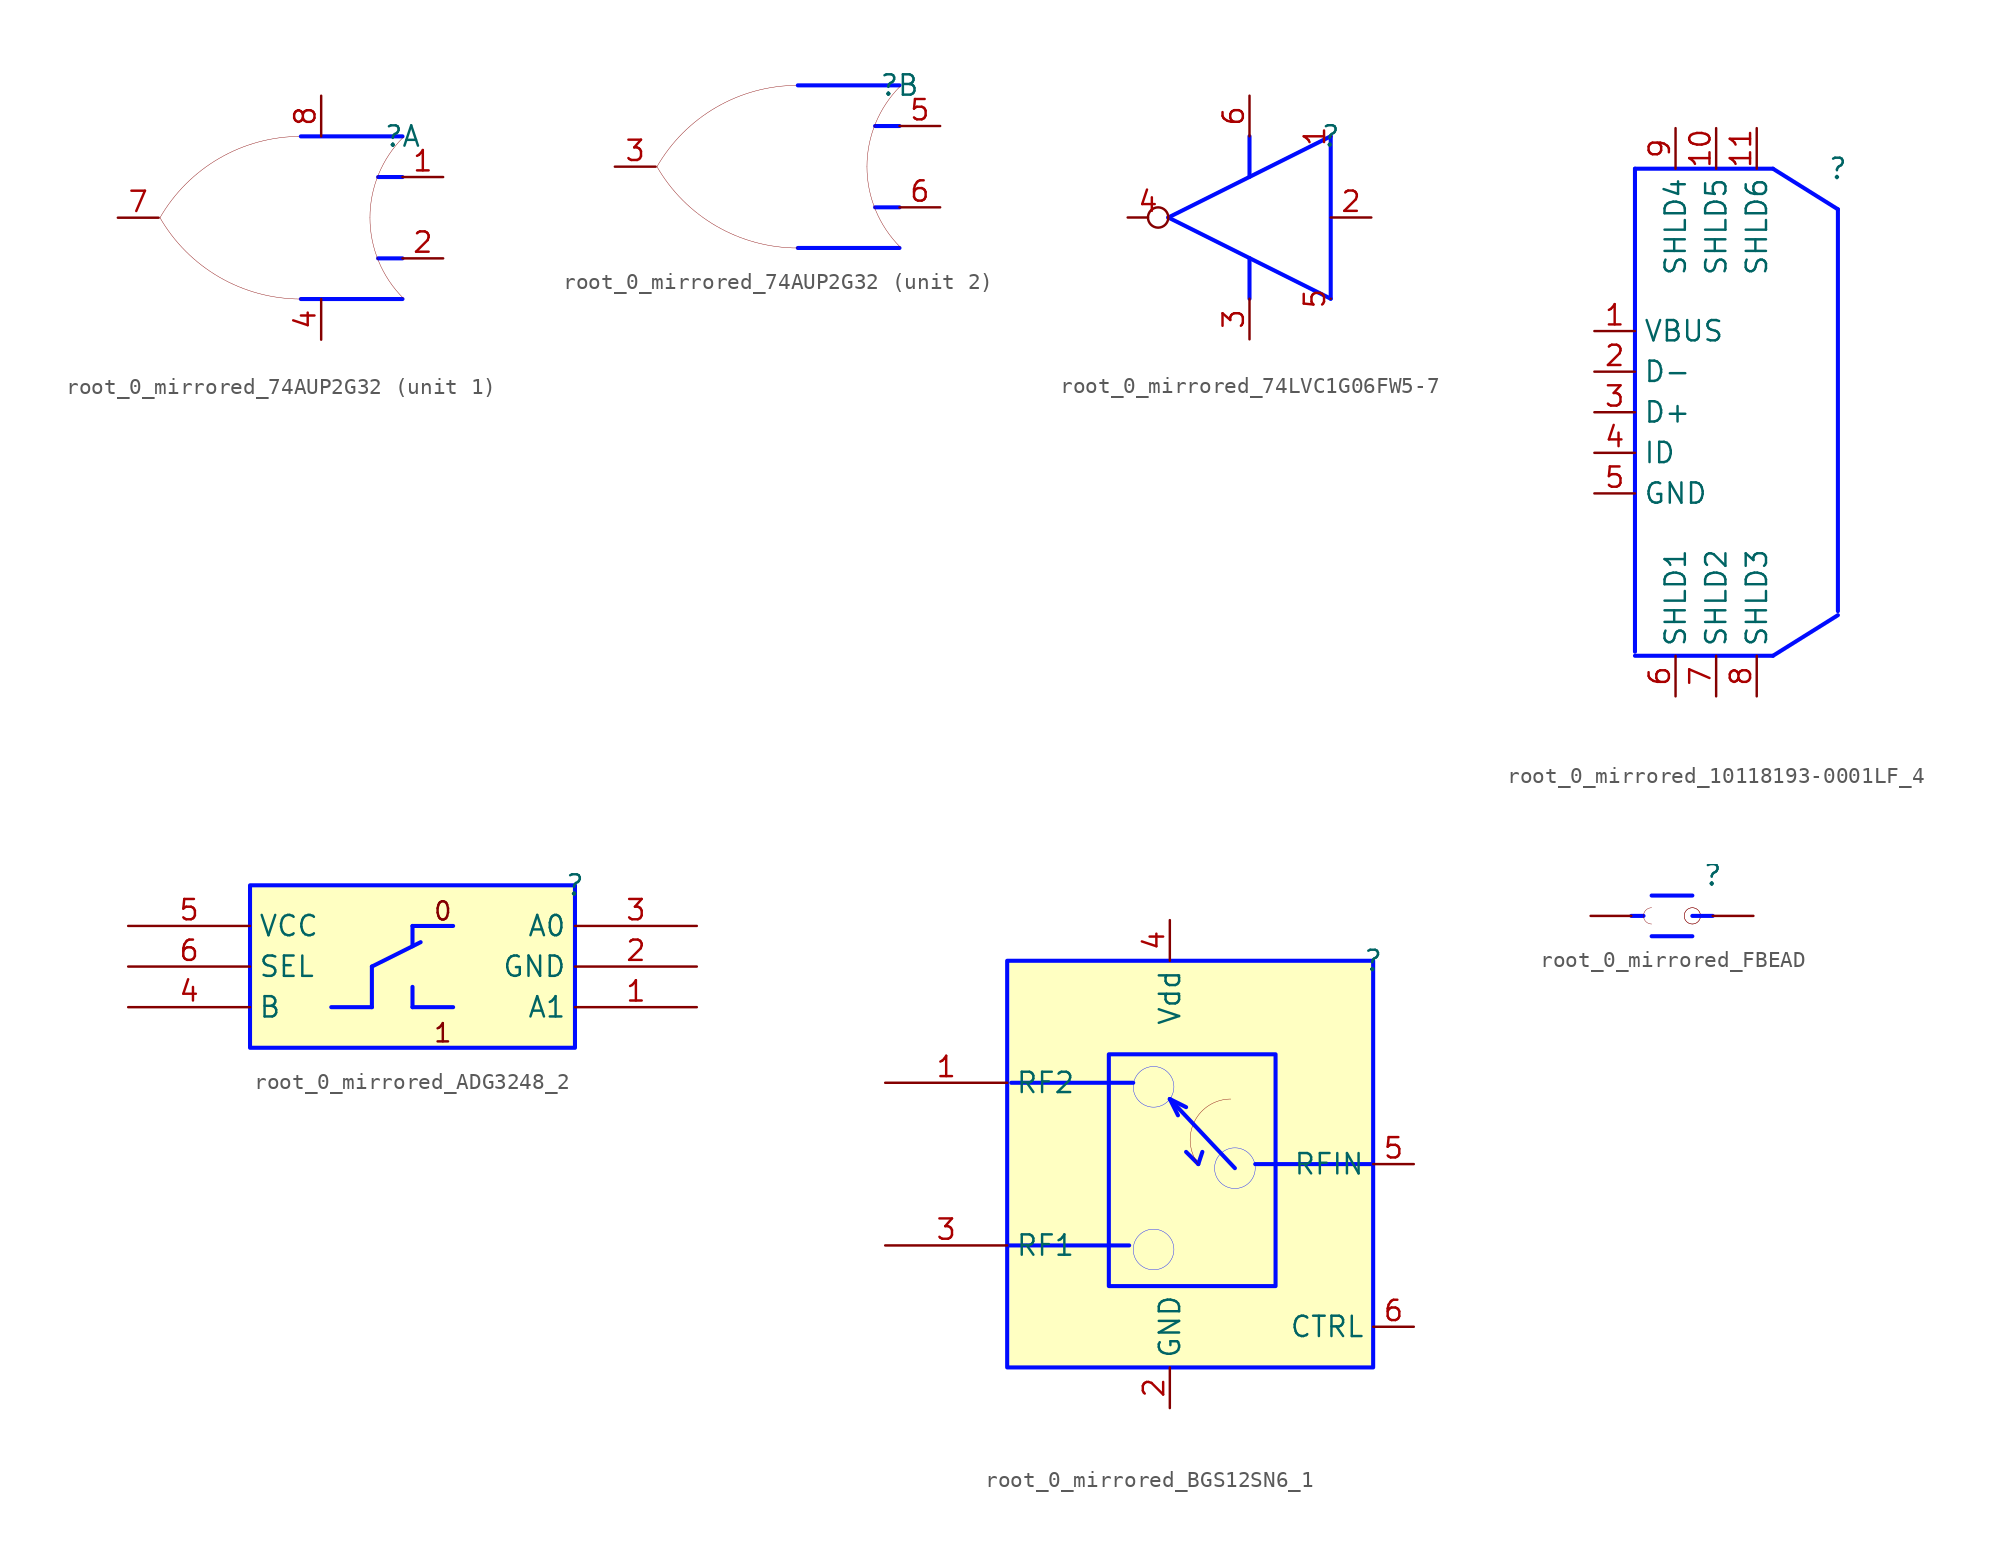
<source format=kicad_sym>
(kicad_symbol_lib
  (version 20231120)
  (generator "kicad_symbol_editor")
  (generator_version "8.0")
  (symbol "root_0_mirrored_74AUP2G32"
    (property "Reference" ""
      (at 0 0 0)
      (effects (font (size 1.27 1.27))))
    (property "Value" ""
      (at 0 0 0)
      (effects (font (size 1.27 1.27))))
    (symbol "root_0_mirrored_74AUP2G32_1_0"
      (arc (start -15.1713 -5.0408) (mid -11.4495 -8.7875) (end -6.35 -10.16) (stroke (width 0.0254) (type solid)) (fill (type none)))
      (arc (start -6.35 0) (mid -11.4496 -1.3725) (end -15.1713 -5.1192) (stroke (width 0.0254) (type solid)) (fill (type none)))
      (arc (start -2.032 -5.08) (mid -1.4906 -7.8016) (end 0.0511 -10.1089) (stroke (width 0.0254) (type solid)) (fill (type none)))
      (polyline (pts (xy -6.35 -10.16) (xy 0 -10.16)) (stroke (width 0.254) (type solid) (color 0 11 255 1)) (fill (type none)))
      (polyline (pts (xy -6.35 0) (xy 0 0)) (stroke (width 0.254) (type solid) (color 0 11 255 1)) (fill (type none)))
      (polyline (pts (xy 0 -7.62) (xy -1.524 -7.62)) (stroke (width 0.254) (type solid) (color 0 11 255 1)) (fill (type none)))
      (polyline (pts (xy 0 -2.54) (xy -1.524 -2.54)) (stroke (width 0.254) (type solid) (color 0 11 255 1)) (fill (type none)))
      (arc (start 0.0511 -0.0511) (mid -1.4906 -2.3584) (end -2.0319 -5.08) (stroke (width 0.0254) (type solid)) (fill (type none)))
      (pin input line (at 2.54 -2.54 180) (length 2.54) (name "I0" (effects (font (size 0 0)))) (number "1" (effects (font (size 1.27 1.27)))))
      (pin input line (at 2.54 -7.62 180) (length 2.54) (name "I1" (effects (font (size 0 0)))) (number "2" (effects (font (size 1.27 1.27)))))
      (pin power_in line (at -5.08 -12.7 90) (length 2.54) (name "GND" (effects (font (size 0 0)))) (number "4" (effects (font (size 1.27 1.27)))))
      (pin output line (at -17.78 -5.08 0) (length 2.54) (name "O" (effects (font (size 0 0)))) (number "7" (effects (font (size 1.27 1.27)))))
      (pin power_in line (at -5.08 2.54 270) (length 2.54) (name "VCC" (effects (font (size 0 0)))) (number "8" (effects (font (size 1.27 1.27))))))
    (symbol "root_0_mirrored_74AUP2G32_2_0"
      (arc (start -15.1713 -5.0408) (mid -11.4495 -8.7875) (end -6.35 -10.16) (stroke (width 0.0254) (type solid)) (fill (type none)))
      (arc (start -6.35 0) (mid -11.4496 -1.3725) (end -15.1713 -5.1192) (stroke (width 0.0254) (type solid)) (fill (type none)))
      (arc (start -2.032 -5.08) (mid -1.4906 -7.8016) (end 0.0511 -10.1089) (stroke (width 0.0254) (type solid)) (fill (type none)))
      (polyline (pts (xy -6.35 -10.16) (xy 0 -10.16)) (stroke (width 0.254) (type solid) (color 0 11 255 1)) (fill (type none)))
      (polyline (pts (xy -6.35 0) (xy 0 0)) (stroke (width 0.254) (type solid) (color 0 11 255 1)) (fill (type none)))
      (polyline (pts (xy 0 -7.62) (xy -1.524 -7.62)) (stroke (width 0.254) (type solid) (color 0 11 255 1)) (fill (type none)))
      (polyline (pts (xy 0 -2.54) (xy -1.524 -2.54)) (stroke (width 0.254) (type solid) (color 0 11 255 1)) (fill (type none)))
      (arc (start 0.0511 -0.0511) (mid -1.4906 -2.3584) (end -2.0319 -5.08) (stroke (width 0.0254) (type solid)) (fill (type none)))
      (pin output line (at -17.78 -5.08 0) (length 2.54) (name "O" (effects (font (size 0 0)))) (number "3" (effects (font (size 1.27 1.27)))))
      (pin input line (at 2.54 -2.54 180) (length 2.54) (name "I0" (effects (font (size 0 0)))) (number "5" (effects (font (size 1.27 1.27)))))
      (pin input line (at 2.54 -7.62 180) (length 2.54) (name "I1" (effects (font (size 0 0)))) (number "6" (effects (font (size 1.27 1.27)))))))
  (symbol "root_0_mirrored_74LVC1G06FW5-7"
    (property "Reference" ""
      (at 0 0 0)
      (effects (font (size 1.27 1.27))))
    (property "Value" ""
      (at 0 0 0)
      (effects (font (size 1.27 1.27))))
    (symbol "root_0_mirrored_74LVC1G06FW5-7_1_0"
      (polyline (pts (xy -10.16 -5.08) (xy 0 -10.16)) (stroke (width 0.254) (type solid) (color 0 11 255 1)) (fill (type none)))
      (polyline (pts (xy -5.08 -10.16) (xy -5.08 -7.62)) (stroke (width 0.254) (type solid) (color 0 11 255 1)) (fill (type none)))
      (polyline (pts (xy -5.08 0) (xy -5.08 -2.54)) (stroke (width 0.254) (type solid) (color 0 11 255 1)) (fill (type none)))
      (polyline (pts (xy 0 -10.16) (xy 0 0)) (stroke (width 0.254) (type solid) (color 0 11 255 1)) (fill (type none)))
      (polyline (pts (xy 0 0) (xy -10.16 -5.08)) (stroke (width 0.254) (type solid) (color 0 11 255 1)) (fill (type none)))
      (pin passive line (at 0 0 270) (length 0) (name "NC_1" (effects (font (size 0 0)))) (number "1" (effects (font (size 1.27 1.27)))))
      (pin input line (at 2.54 -5.08 180) (length 2.54) (name "I" (effects (font (size 0 0)))) (number "2" (effects (font (size 1.27 1.27)))))
      (pin power_in line (at -5.08 -12.7 90) (length 2.54) (name "GND" (effects (font (size 0 0)))) (number "3" (effects (font (size 1.27 1.27)))))
      (pin output inverted (at -12.7 -5.08 0) (length 2.54) (name "O" (effects (font (size 0 0)))) (number "4" (effects (font (size 1.27 1.27)))))
      (pin passive line (at 0 -10.16 90) (length 0) (name "NC_2" (effects (font (size 0 0)))) (number "5" (effects (font (size 1.27 1.27)))))
      (pin power_in line (at -5.08 2.54 270) (length 2.54) (name "VCC" (effects (font (size 0 0)))) (number "6" (effects (font (size 1.27 1.27)))))))
  (symbol "root_0_mirrored_10118193-0001LF_4"
    (property "Reference" ""
      (at 0 0 0)
      (effects (font (size 1.27 1.27))))
    (property "Value" ""
      (at 0 0 0)
      (effects (font (size 1.27 1.27))))
    (symbol "root_0_mirrored_10118193-0001LF_4_1_0"
      (polyline (pts (xy -12.7 -30.48) (xy -4.064 -30.48)) (stroke (width 0.254) (type solid) (color 0 11 255 1)) (fill (type none)))
      (polyline (pts (xy -12.7 -30.226) (xy -12.7 0)) (stroke (width 0.254) (type solid) (color 0 11 255 1)) (fill (type none)))
      (polyline (pts (xy -12.7 0) (xy -4.064 0)) (stroke (width 0.254) (type solid) (color 0 11 255 1)) (fill (type none)))
      (polyline (pts (xy 0 -27.94) (xy -4.064 -30.48)) (stroke (width 0.254) (type solid) (color 0 11 255 1)) (fill (type none)))
      (polyline (pts (xy 0 -2.54) (xy -4.064 0)) (stroke (width 0.254) (type solid) (color 0 11 255 1)) (fill (type none)))
      (polyline (pts (xy 0 -2.54) (xy 0 -27.686)) (stroke (width 0.254) (type solid) (color 0 11 255 1)) (fill (type none)))
      (pin passive line (at -15.24 -10.16 0) (length 2.54) (name "VBUS" (effects (font (size 1.27 1.27)))) (number "1" (effects (font (size 1.27 1.27)))))
      (pin passive line (at -7.62 2.54 270) (length 2.54) (name "SHLD5" (effects (font (size 1.27 1.27)))) (number "10" (effects (font (size 1.27 1.27)))))
      (pin passive line (at -5.08 2.54 270) (length 2.54) (name "SHLD6" (effects (font (size 1.27 1.27)))) (number "11" (effects (font (size 1.27 1.27)))))
      (pin passive line (at -15.24 -12.7 0) (length 2.54) (name "D-" (effects (font (size 1.27 1.27)))) (number "2" (effects (font (size 1.27 1.27)))))
      (pin passive line (at -15.24 -15.24 0) (length 2.54) (name "D+" (effects (font (size 1.27 1.27)))) (number "3" (effects (font (size 1.27 1.27)))))
      (pin passive line (at -15.24 -17.78 0) (length 2.54) (name "ID" (effects (font (size 1.27 1.27)))) (number "4" (effects (font (size 1.27 1.27)))))
      (pin passive line (at -15.24 -20.32 0) (length 2.54) (name "GND" (effects (font (size 1.27 1.27)))) (number "5" (effects (font (size 1.27 1.27)))))
      (pin passive line (at -10.16 -33.02 90) (length 2.54) (name "SHLD1" (effects (font (size 1.27 1.27)))) (number "6" (effects (font (size 1.27 1.27)))))
      (pin passive line (at -7.62 -33.02 90) (length 2.54) (name "SHLD2" (effects (font (size 1.27 1.27)))) (number "7" (effects (font (size 1.27 1.27)))))
      (pin passive line (at -5.08 -33.02 90) (length 2.54) (name "SHLD3" (effects (font (size 1.27 1.27)))) (number "8" (effects (font (size 1.27 1.27)))))
      (pin passive line (at -10.16 2.54 270) (length 2.54) (name "SHLD4" (effects (font (size 1.27 1.27)))) (number "9" (effects (font (size 1.27 1.27)))))))
  (symbol "root_0_mirrored_ADG3248_2"
    (property "Reference" ""
      (at 0 0 0)
      (effects (font (size 1.27 1.27))))
    (property "Value" ""
      (at 0 0 0)
      (effects (font (size 1.27 1.27))))
    (symbol "root_0_mirrored_ADG3248_2_1_0"
      (rectangle (start 0 0) (end -20.32 -10.16) (stroke (width 0.254) (type solid) (color 0 11 255 1)) (fill (type background)))
      (polyline (pts (xy -12.7 -7.62) (xy -15.24 -7.62)) (stroke (width 0.254) (type solid) (color 0 11 255 1)) (fill (type none)))
      (polyline (pts (xy -12.7 -5.08) (xy -12.7 -7.62)) (stroke (width 0.254) (type solid) (color 0 11 255 1)) (fill (type none)))
      (polyline (pts (xy -10.16 -6.35) (xy -10.16 -7.62)) (stroke (width 0.254) (type solid) (color 0 11 255 1)) (fill (type none)))
      (polyline (pts (xy -10.16 -2.54) (xy -10.16 -3.81)) (stroke (width 0.254) (type solid) (color 0 11 255 1)) (fill (type none)))
      (polyline (pts (xy -9.652 -3.556) (xy -12.7 -5.08)) (stroke (width 0.254) (type solid) (color 0 11 255 1)) (fill (type none)))
      (polyline (pts (xy -7.62 -7.62) (xy -10.16 -7.62)) (stroke (width 0.254) (type solid) (color 0 11 255 1)) (fill (type none)))
      (polyline (pts (xy -7.62 -2.54) (xy -10.16 -2.54)) (stroke (width 0.254) (type solid) (color 0 11 255 1)) (fill (type none)))
      (text "0" (at -7.62 -2.286 0) (effects (font (size 1.143 1.143)) (justify right bottom)))
      (text "1" (at -7.62 -9.906 0) (effects (font (size 1.143 1.143)) (justify right bottom)))
      (pin passive line (at 7.62 -7.62 180) (length 7.62) (name "A1" (effects (font (size 1.27 1.27)))) (number "1" (effects (font (size 1.27 1.27)))))
      (pin passive line (at 7.62 -5.08 180) (length 7.62) (name "GND" (effects (font (size 1.27 1.27)))) (number "2" (effects (font (size 1.27 1.27)))))
      (pin passive line (at 7.62 -2.54 180) (length 7.62) (name "A0" (effects (font (size 1.27 1.27)))) (number "3" (effects (font (size 1.27 1.27)))))
      (pin passive line (at -27.94 -7.62 0) (length 7.62) (name "B" (effects (font (size 1.27 1.27)))) (number "4" (effects (font (size 1.27 1.27)))))
      (pin passive line (at -27.94 -2.54 0) (length 7.62) (name "VCC" (effects (font (size 1.27 1.27)))) (number "5" (effects (font (size 1.27 1.27)))))
      (pin input line (at -27.94 -5.08 0) (length 7.62) (name "SEL" (effects (font (size 1.27 1.27)))) (number "6" (effects (font (size 1.27 1.27)))))))
  (symbol "root_0_mirrored_BGS12SN6_1"
    (property "Reference" ""
      (at 0 0 0)
      (effects (font (size 1.27 1.27))))
    (property "Value" ""
      (at 0 0 0)
      (effects (font (size 1.27 1.27))))
    (symbol "root_0_mirrored_BGS12SN6_1_1_0"
      (circle (center -13.716 -18.034) (radius 1.27) (stroke (width 0.025) (type solid) (color 0 11 255 1)) (fill (type none)))
      (circle (center -13.716 -7.874) (radius 1.27) (stroke (width 0.025) (type solid) (color 0 11 255 1)) (fill (type none)))
      (arc (start -8.89 -8.636) (mid -11.1618 -10.0401) (end -10.922 -12.7) (stroke (width 0.0254) (type solid)) (fill (type none)))
      (circle (center -8.636 -12.954) (radius 1.27) (stroke (width 0.025) (type solid) (color 0 11 255 1)) (fill (type none)))
      (rectangle (start -6.096 -5.842) (end -16.51 -20.32) (stroke (width 0.254) (type solid) (color 0 11 255 1)) (fill (type background)))
      (rectangle (start 0 0) (end -22.86 -25.4) (stroke (width 0.254) (type solid) (color 0 11 255 1)) (fill (type background)))
      (polyline (pts (xy -15.24 -17.78) (xy -22.86 -17.78)) (stroke (width 0.254) (type solid) (color 0 11 255 1)) (fill (type none)))
      (polyline (pts (xy -14.986 -7.62) (xy -22.606 -7.62)) (stroke (width 0.254) (type solid) (color 0 11 255 1)) (fill (type none)))
      (polyline (pts (xy -12.7 -8.636) (xy -12.192 -9.652)) (stroke (width 0.254) (type solid) (color 0 11 255 1)) (fill (type none)))
      (polyline (pts (xy -12.7 -8.636) (xy -11.684 -9.144)) (stroke (width 0.254) (type solid) (color 0 11 255 1)) (fill (type none)))
      (polyline (pts (xy -10.922 -12.7) (xy -11.684 -11.938)) (stroke (width 0.254) (type solid) (color 0 11 255 1)) (fill (type none)))
      (polyline (pts (xy -10.668 -11.938) (xy -10.922 -12.7)) (stroke (width 0.254) (type solid) (color 0 11 255 1)) (fill (type none)))
      (polyline (pts (xy -8.636 -12.954) (xy -12.7 -8.636)) (stroke (width 0.254) (type solid) (color 0 11 255 1)) (fill (type none)))
      (polyline (pts (xy 0 -12.7) (xy -7.366 -12.7)) (stroke (width 0.254) (type solid) (color 0 11 255 1)) (fill (type none)))
      (pin passive line (at -30.48 -7.62 0) (length 7.62) (name "RF2" (effects (font (size 1.27 1.27)))) (number "1" (effects (font (size 1.27 1.27)))))
      (pin power_in line (at -12.7 -27.94 90) (length 2.54) (name "GND" (effects (font (size 1.27 1.27)))) (number "2" (effects (font (size 1.27 1.27)))))
      (pin passive line (at -30.48 -17.78 0) (length 7.62) (name "RF1" (effects (font (size 1.27 1.27)))) (number "3" (effects (font (size 1.27 1.27)))))
      (pin power_in line (at -12.7 2.54 270) (length 2.54) (name "Vdd" (effects (font (size 1.27 1.27)))) (number "4" (effects (font (size 1.27 1.27)))))
      (pin passive line (at 2.54 -12.7 180) (length 2.54) (name "RFIN" (effects (font (size 1.27 1.27)))) (number "5" (effects (font (size 1.27 1.27)))))
      (pin input line (at 2.54 -22.86 180) (length 2.54) (name "CTRL" (effects (font (size 1.27 1.27)))) (number "6" (effects (font (size 1.27 1.27)))))))
  (symbol "root_0_mirrored_FBEAD"
    (property "Reference" ""
      (at 0 0 0)
      (effects (font (size 1.27 1.27))))
    (property "Value" ""
      (at 0 0 0)
      (effects (font (size 1.27 1.27))))
    (symbol "root_0_mirrored_FBEAD_1_0"
      (arc (start -3.81 -2.032) (mid -4.318 -2.54) (end -3.81 -3.048) (stroke (width 0.0254) (type solid)) (fill (type none)))
      (arc (start -1.27 -3.048) (mid -0.762 -2.54) (end -1.27 -2.032) (stroke (width 0.0254) (type solid)) (fill (type none)))
      (circle (center -1.27 -2.54) (radius 0.508) (stroke (width 0.025) (type solid)) (fill (type none)))
      (arc (start -1.27 -2.032) (mid -1.778 -2.54) (end -1.27 -3.048) (stroke (width 0.0254) (type solid)) (fill (type none)))
      (polyline (pts (xy -4.318 -2.54) (xy -5.08 -2.54)) (stroke (width 0.254) (type solid) (color 0 11 255 1)) (fill (type none)))
      (polyline (pts (xy -1.27 -3.81) (xy -3.81 -3.81)) (stroke (width 0.254) (type solid) (color 0 11 255 1)) (fill (type none)))
      (polyline (pts (xy -1.27 -1.27) (xy -3.81 -1.27)) (stroke (width 0.254) (type solid) (color 0 11 255 1)) (fill (type none)))
      (polyline (pts (xy 0 -2.54) (xy -1.27 -2.54)) (stroke (width 0.254) (type solid) (color 0 11 255 1)) (fill (type none)))
      (pin passive line (at 2.54 -2.54 180) (length 2.54) (name "1" (effects (font (size 0 0)))) (number "1" (effects (font (size 0 0)))))
      (pin passive line (at -7.62 -2.54 0) (length 2.54) (name "2" (effects (font (size 0 0)))) (number "2" (effects (font (size 0 0))))))))
</source>
